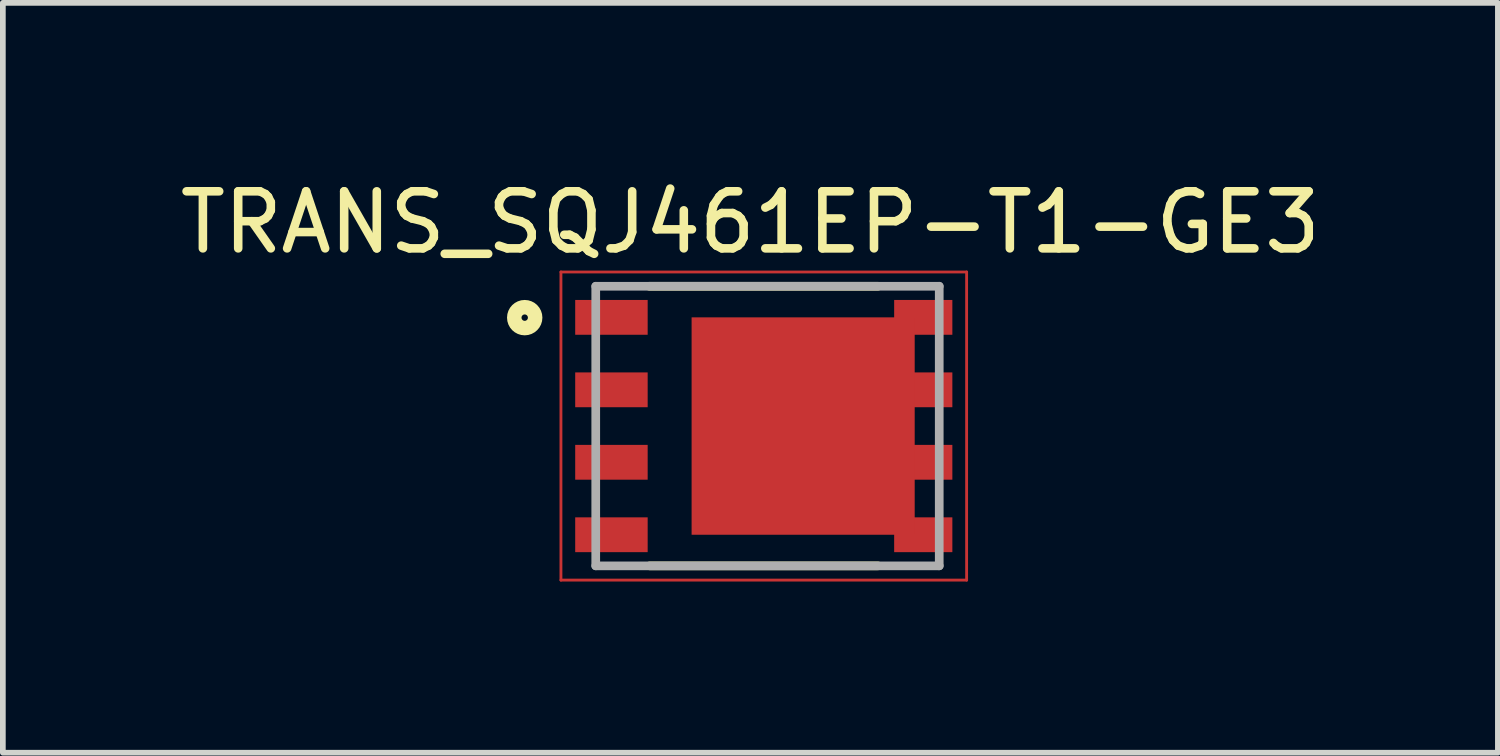
<source format=kicad_pcb>
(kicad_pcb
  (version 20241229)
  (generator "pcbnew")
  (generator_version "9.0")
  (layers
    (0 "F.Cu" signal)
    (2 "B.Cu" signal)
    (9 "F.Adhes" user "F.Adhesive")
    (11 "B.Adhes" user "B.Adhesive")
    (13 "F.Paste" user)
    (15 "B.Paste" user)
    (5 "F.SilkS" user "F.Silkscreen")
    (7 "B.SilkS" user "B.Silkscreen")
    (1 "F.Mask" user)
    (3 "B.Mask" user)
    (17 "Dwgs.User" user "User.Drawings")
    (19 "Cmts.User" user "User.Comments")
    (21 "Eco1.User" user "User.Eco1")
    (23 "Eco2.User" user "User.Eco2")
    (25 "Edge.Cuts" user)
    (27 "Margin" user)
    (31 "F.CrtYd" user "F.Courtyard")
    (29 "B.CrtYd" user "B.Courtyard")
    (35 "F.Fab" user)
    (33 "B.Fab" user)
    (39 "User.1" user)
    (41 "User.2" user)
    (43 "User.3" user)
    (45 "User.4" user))
  (footprint "TRANS_SQJ461EP-T1-GE3"
    (layer "F.Cu")
    (at 10.336 4.417)
    (property "Reference" "TRANS_SQJ461EP-T1-GE3" (at -0.235 -3.569 0) (layer "F.SilkS") (effects (font (size 1 1) (thickness 0.15))))
    (attr through_hole)
    (fp_line (start -3.555 -2.7) (end 3.555 -2.7) (stroke (width 0.05) (type solid)) (layer "F.Cu"))
    (fp_line (start -3.555 2.7) (end -3.555 -2.7) (stroke (width 0.05) (type solid)) (layer "F.Cu"))
    (fp_line (start 3.555 -2.7) (end 3.555 2.7) (stroke (width 0.05) (type solid)) (layer "F.Cu"))
    (fp_line (start 3.555 2.7) (end -3.555 2.7) (stroke (width 0.05) (type solid)) (layer "F.Cu"))
    (fp_line (start -2.005 -2.45) (end 2 -2.45) (stroke (width 0.152) (type solid)) (layer "F.SilkS"))
    (fp_line (start -2 2.45) (end 2 2.45) (stroke (width 0.152) (type solid)) (layer "F.SilkS"))
    (fp_circle (center -4.19 -1.9) (end -4.134 -1.9) (stroke (width 0.254) (type solid)) (fill no) (layer "F.SilkS"))
    (fp_poly (pts (xy -0.65 -1.38) (xy 2.03 -1.38) (xy 2.03 1.38) (xy -0.65 1.38)) (stroke (width 0.01) (type solid)) (fill yes) (layer "F.Paste"))
    (fp_line (start -2.945 -2.45) (end 3.075 -2.45) (stroke (width 0.152) (type solid)) (layer "F.Fab"))
    (fp_line (start -2.945 2.45) (end -2.945 -2.45) (stroke (width 0.152) (type solid)) (layer "F.Fab"))
    (fp_line (start 3.075 -2.45) (end 3.075 2.45) (stroke (width 0.152) (type solid)) (layer "F.Fab"))
    (fp_line (start 3.075 2.45) (end -2.945 2.45) (stroke (width 0.152) (type solid)) (layer "F.Fab"))
    (pad "1" smd rect (at -2.67 -1.905) (size 1.27 0.61) (layers "F.Cu" "F.Mask" "F.Paste"))
    (pad "2" smd rect (at -2.67 -0.635) (size 1.27 0.61) (layers "F.Cu" "F.Mask" "F.Paste"))
    (pad "3" smd rect (at -2.67 0.635) (size 1.27 0.61) (layers "F.Cu" "F.Mask" "F.Paste"))
    (pad "4" smd rect (at -2.67 1.905) (size 1.27 0.61) (layers "F.Cu" "F.Mask" "F.Paste"))
    (pad "5" smd rect (at 2.795 1.905) (size 1.02 0.61) (layers "F.Cu" "F.Mask" "F.Paste"))
    (pad "6" smd rect (at 2.795 0.635) (size 1.02 0.61) (layers "F.Cu" "F.Mask" "F.Paste"))
    (pad "7" smd rect (at 2.795 -0.635) (size 1.02 0.61) (layers "F.Cu" "F.Mask" "F.Paste"))
    (pad "8" smd rect (at 2.795 -1.905) (size 1.02 0.61) (layers "F.Cu" "F.Mask" "F.Paste"))
    (pad "9" smd rect (at 0.69 0) (size 3.91 3.81) (layers "F.Cu" "F.Mask")))
  (gr_rect
    (start -3 -3)
    (end 23.202 10.142)
    (stroke (width 0.1) (type default))
    (fill no)
    (layer "Edge.Cuts")))
</source>
